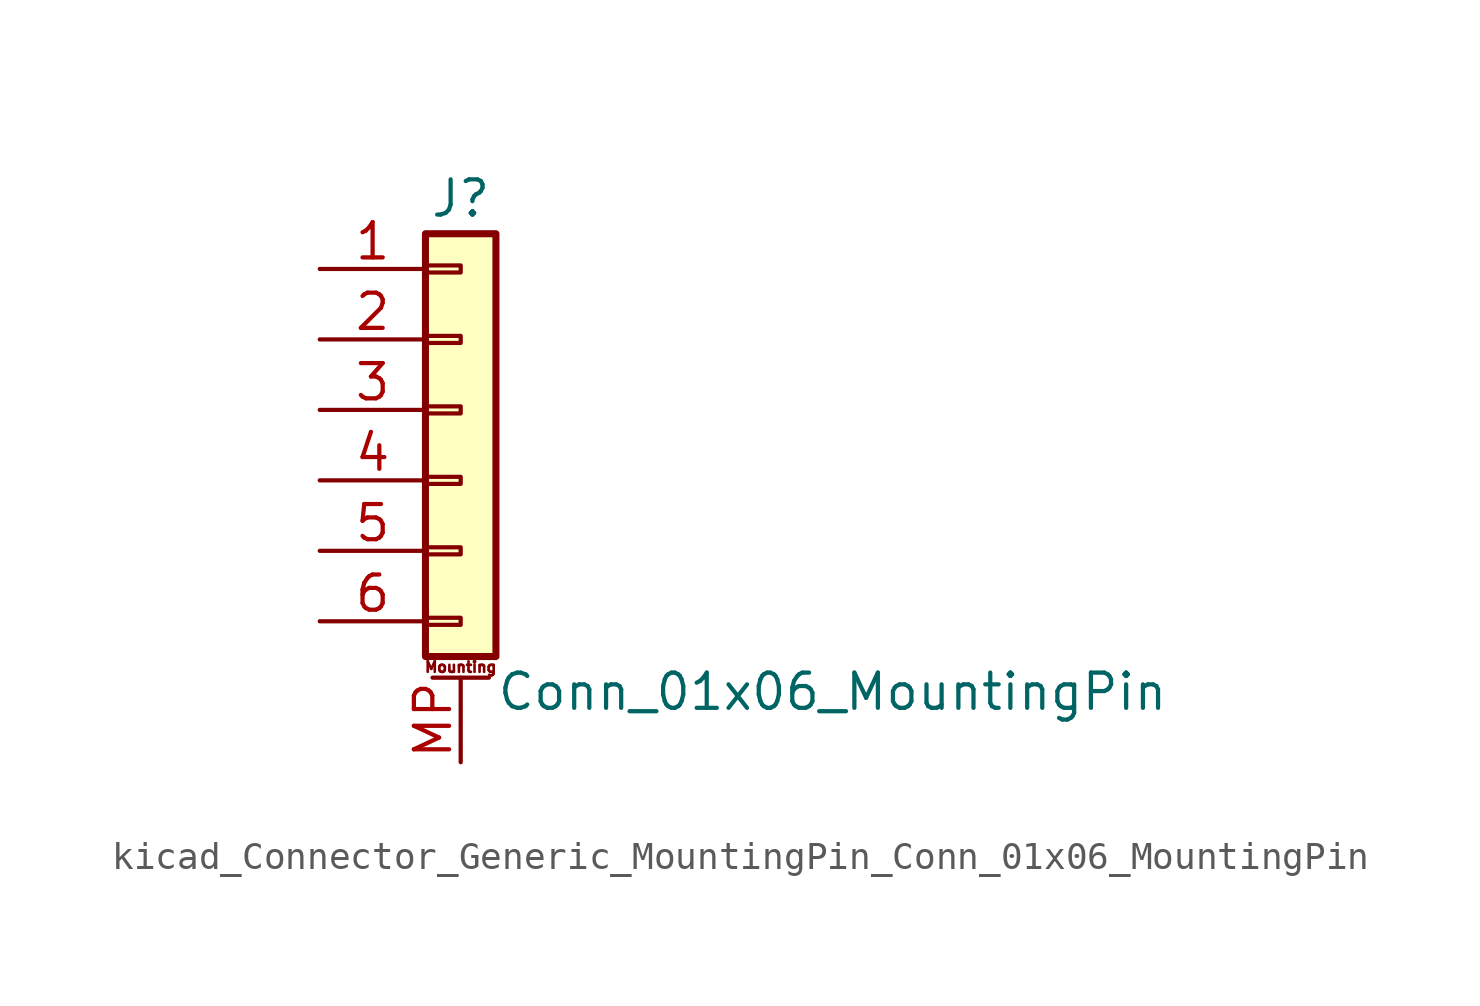
<source format=kicad_sym>
(kicad_symbol_lib
  (version 20220914)
  (generator kicad_symbol_editor)
  (symbol "kicad_Connector_Generic_MountingPin_Conn_01x06_MountingPin"
    (pin_names
      (offset 1.016) hide)
    (property "Reference" "J"
      (at 0 7.62 0)
      (effects (font (size 1.27 1.27))))
    (property "Value" "Conn_01x06_MountingPin"
      (at 1.27 -10.16 0)
      (effects (font (size 1.27 1.27)) (justify left)))
    (symbol "kicad_Connector_Generic_MountingPin_Conn_01x06_MountingPin_1_1"
      (rectangle (start -1.27 -7.493) (end 0 -7.747) (stroke (width 0.152) (type default)) (fill (type none)))
      (rectangle (start -1.27 -4.953) (end 0 -5.207) (stroke (width 0.152) (type default)) (fill (type none)))
      (rectangle (start -1.27 -2.413) (end 0 -2.667) (stroke (width 0.152) (type default)) (fill (type none)))
      (rectangle (start -1.27 0.127) (end 0 -0.127) (stroke (width 0.152) (type default)) (fill (type none)))
      (rectangle (start -1.27 2.667) (end 0 2.413) (stroke (width 0.152) (type default)) (fill (type none)))
      (rectangle (start -1.27 5.207) (end 0 4.953) (stroke (width 0.152) (type default)) (fill (type none)))
      (rectangle (start -1.27 6.35) (end 1.27 -8.89) (stroke (width 0.254) (type default)) (fill (type background)))
      (polyline (pts (xy -1.016 -9.652) (xy 1.016 -9.652)) (stroke (width 0.152) (type default)) (fill (type none)))
      (text "Mounting" (at 0 -9.271 0) (effects (font (size 0.381 0.381))))
      (pin passive line (at -5.08 5.08 0) (length 3.81) (name "Pin_1" (effects (font (size 1.27 1.27)))) (number "1" (effects (font (size 1.27 1.27)))))
      (pin passive line (at -5.08 2.54 0) (length 3.81) (name "Pin_2" (effects (font (size 1.27 1.27)))) (number "2" (effects (font (size 1.27 1.27)))))
      (pin passive line (at -5.08 0 0) (length 3.81) (name "Pin_3" (effects (font (size 1.27 1.27)))) (number "3" (effects (font (size 1.27 1.27)))))
      (pin passive line (at -5.08 -2.54 0) (length 3.81) (name "Pin_4" (effects (font (size 1.27 1.27)))) (number "4" (effects (font (size 1.27 1.27)))))
      (pin passive line (at -5.08 -5.08 0) (length 3.81) (name "Pin_5" (effects (font (size 1.27 1.27)))) (number "5" (effects (font (size 1.27 1.27)))))
      (pin passive line (at -5.08 -7.62 0) (length 3.81) (name "Pin_6" (effects (font (size 1.27 1.27)))) (number "6" (effects (font (size 1.27 1.27)))))
      (pin passive line (at 0 -12.7 90) (length 3.048) (name "MountPin" (effects (font (size 1.27 1.27)))) (number "MP" (effects (font (size 1.27 1.27))))))))
</source>
